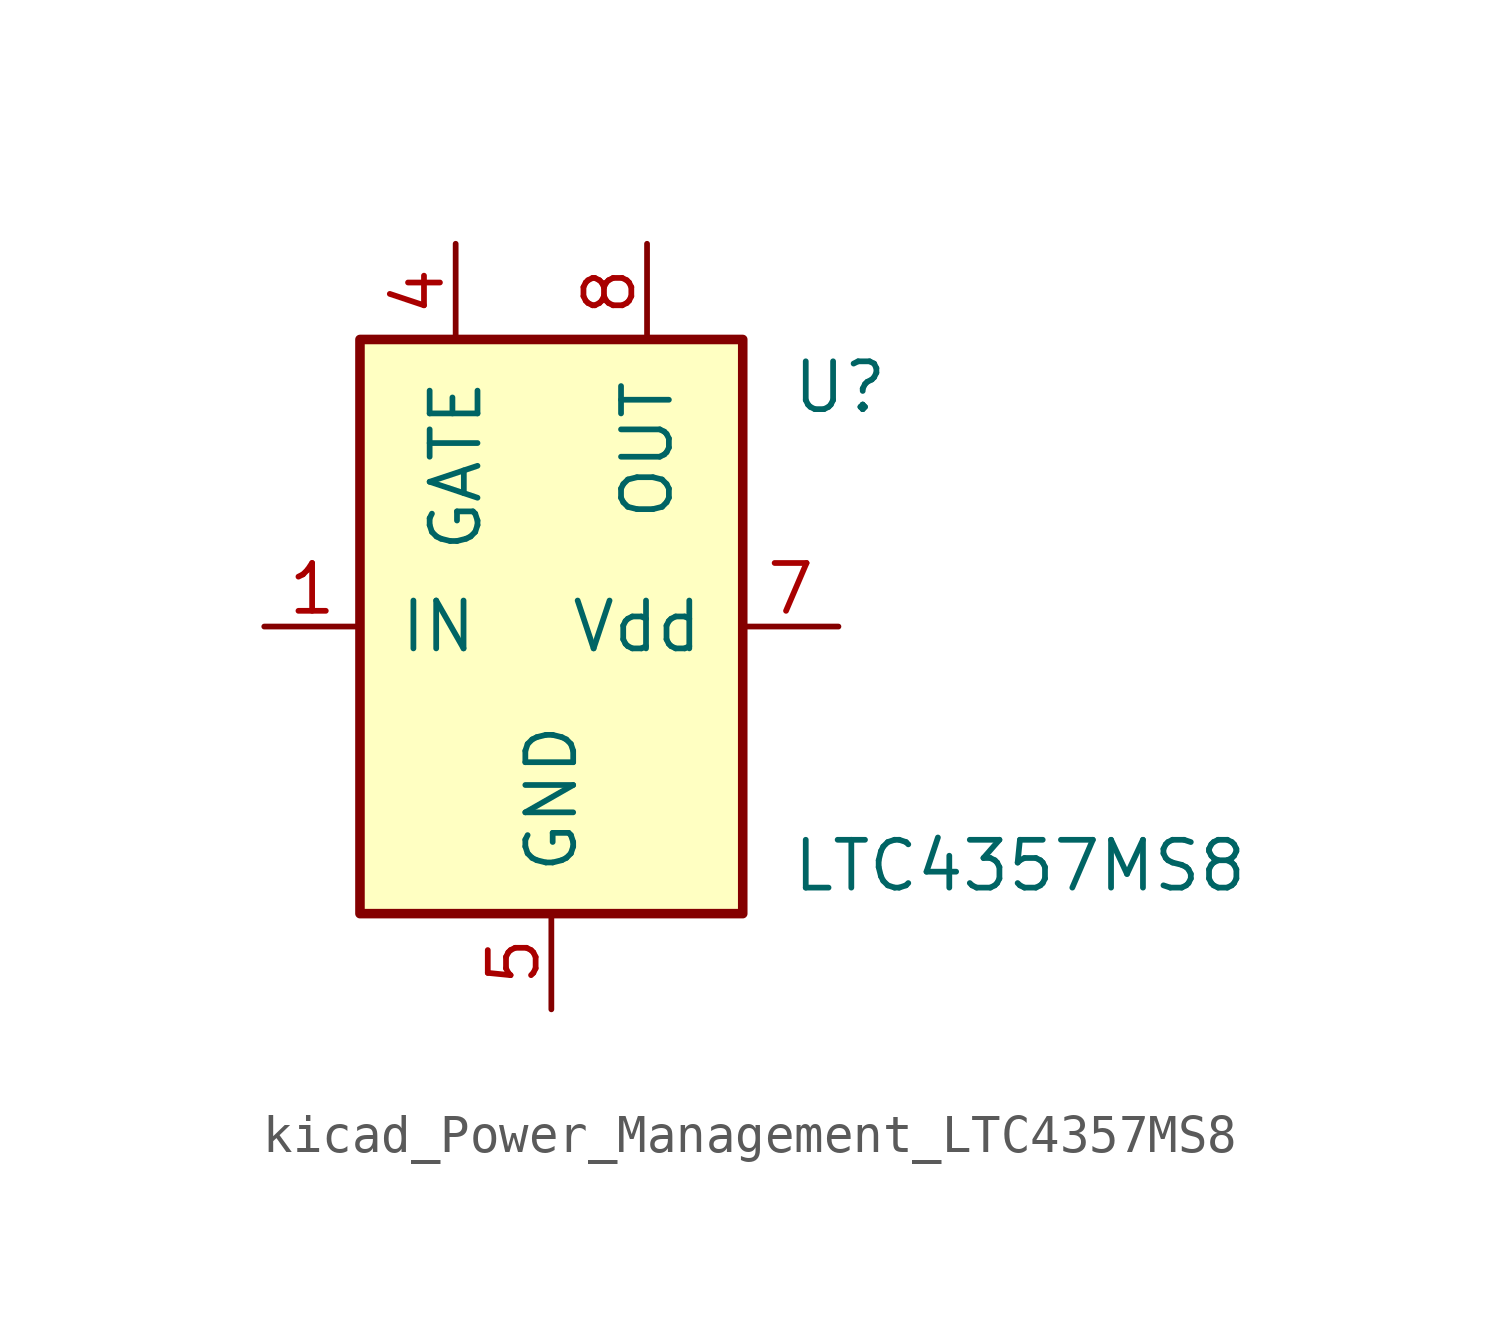
<source format=kicad_sym>
(kicad_symbol_lib
  (version 20220914)
  (generator kicad_symbol_editor)
  (symbol "kicad_Power_Management_LTC4357MS8"
    (pin_names
      (offset 1.016))
    (property "Reference" "U"
      (at 6.35 6.35 0)
      (effects (font (size 1.27 1.27)) (justify left)))
    (property "Value" "LTC4357MS8"
      (at 6.35 -6.35 0)
      (effects (font (size 1.27 1.27)) (justify left)))
    (symbol "kicad_Power_Management_LTC4357MS8_0_1"
      (rectangle (start -5.08 7.62) (end 5.08 -7.62) (stroke (width 0.254) (type default)) (fill (type background))))
    (symbol "kicad_Power_Management_LTC4357MS8_1_1"
      (pin input line (at -7.62 0 0) (length 2.54) (name "IN" (effects (font (size 1.27 1.27)))) (number "1" (effects (font (size 1.27 1.27)))))
      (pin no_connect line (at -5.08 -2.54 0) (length 2.54) hide (name "NC" (effects (font (size 1.27 1.27)))) (number "2" (effects (font (size 1.27 1.27)))))
      (pin no_connect line (at -5.08 -5.08 0) (length 2.54) hide (name "NC" (effects (font (size 1.27 1.27)))) (number "3" (effects (font (size 1.27 1.27)))))
      (pin output line (at -2.54 10.16 270) (length 2.54) (name "GATE" (effects (font (size 1.27 1.27)))) (number "4" (effects (font (size 1.27 1.27)))))
      (pin power_in line (at 0 -10.16 90) (length 2.54) (name "GND" (effects (font (size 1.27 1.27)))) (number "5" (effects (font (size 1.27 1.27)))))
      (pin no_connect line (at 2.54 -7.62 90) (length 2.54) hide (name "NC" (effects (font (size 1.27 1.27)))) (number "6" (effects (font (size 1.27 1.27)))))
      (pin power_in line (at 7.62 0 180) (length 2.54) (name "Vdd" (effects (font (size 1.27 1.27)))) (number "7" (effects (font (size 1.27 1.27)))))
      (pin input line (at 2.54 10.16 270) (length 2.54) (name "OUT" (effects (font (size 1.27 1.27)))) (number "8" (effects (font (size 1.27 1.27))))))))
</source>
